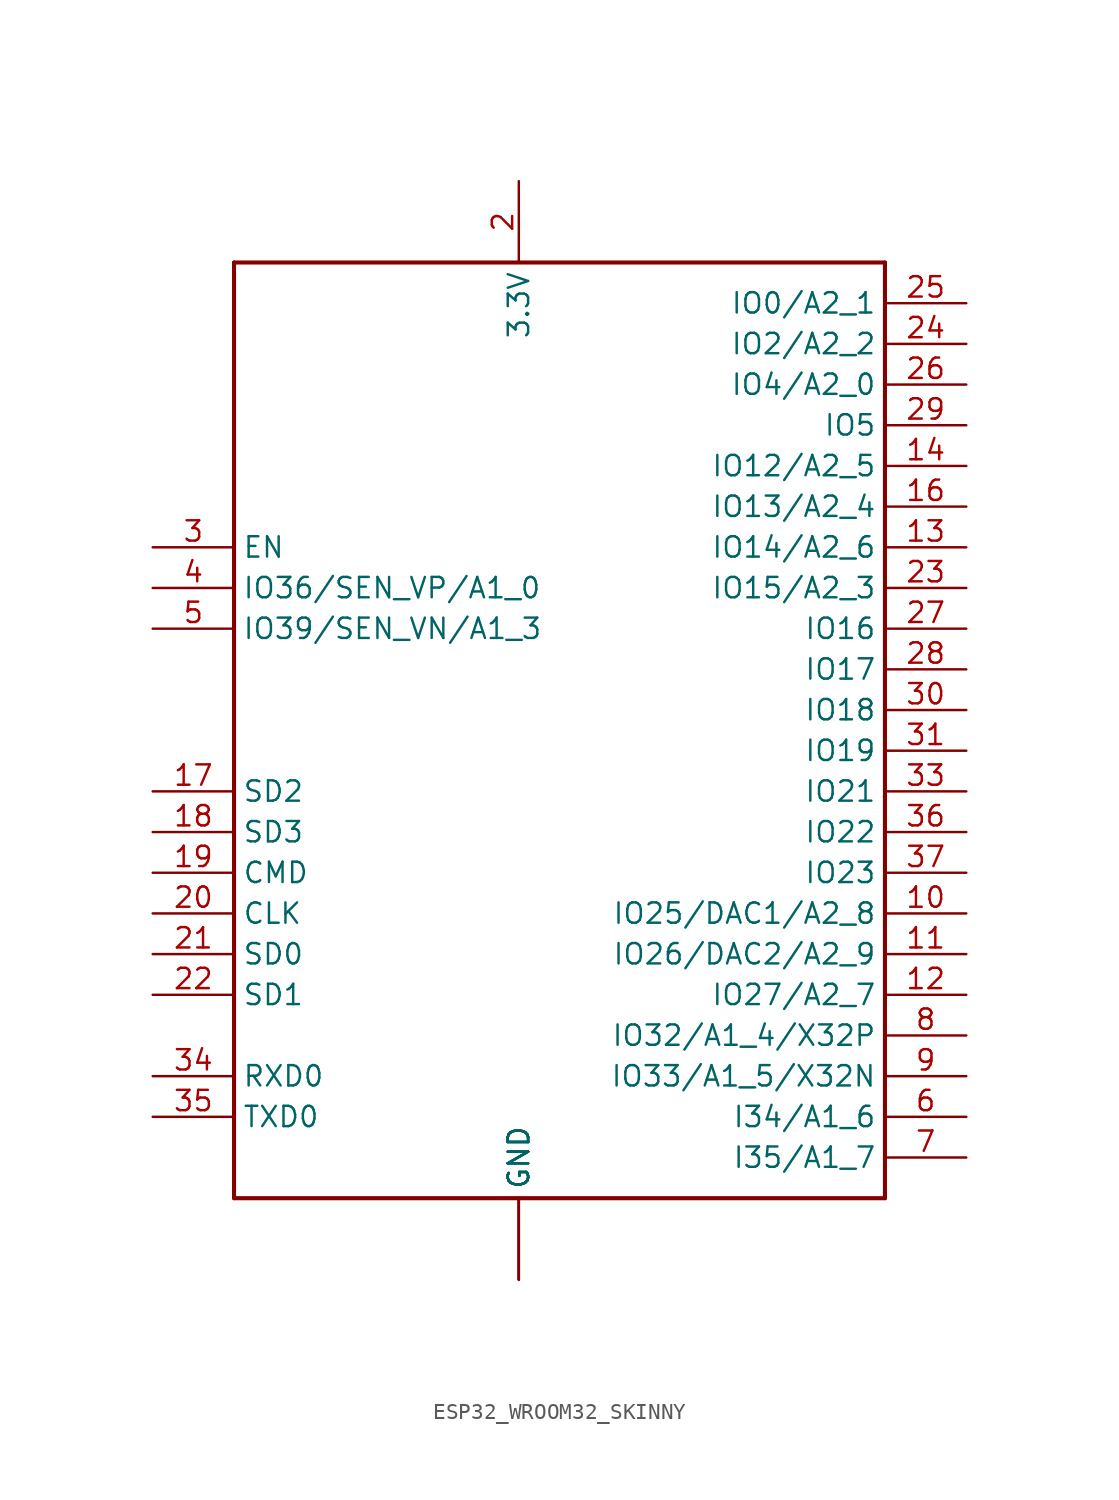
<source format=kicad_sym>
(kicad_symbol_lib
  (version 20211014)
  (generator kicad_symbol_editor)
  (symbol "ESP32_WROOM32_SKINNY"
    (property "Reference" "X"
      (at 0 0 0)
      (effects (font (size 1.27 1.27)) hide))
    (property "ki_locked" ""
      (at 0 0 0)
      (effects (font (size 1.27 1.27))))
    (symbol "ESP32_WROOM32_SKINNY_1_0"
      (polyline (pts (xy -17.78 -22.86) (xy -17.78 35.56)) (stroke (width 0.254) (type default) (color 0 0 0 0)) (fill (type none)))
      (polyline (pts (xy -17.78 35.56) (xy 22.86 35.56)) (stroke (width 0.254) (type default) (color 0 0 0 0)) (fill (type none)))
      (polyline (pts (xy 22.86 -22.86) (xy -17.78 -22.86)) (stroke (width 0.254) (type default) (color 0 0 0 0)) (fill (type none)))
      (polyline (pts (xy 22.86 35.56) (xy 22.86 -22.86)) (stroke (width 0.254) (type default) (color 0 0 0 0)) (fill (type none)))
      (pin passive line (at 0 -27.94 90) (length 5.08) (name "GND" (effects (font (size 1.27 1.27)))) (number "1" (effects (font (size 0 0)))))
      (pin bidirectional line (at 27.94 -5.08 180) (length 5.08) (name "IO25/DAC1/A2_8" (effects (font (size 1.27 1.27)))) (number "10" (effects (font (size 1.27 1.27)))))
      (pin bidirectional line (at 27.94 -7.62 180) (length 5.08) (name "IO26/DAC2/A2_9" (effects (font (size 1.27 1.27)))) (number "11" (effects (font (size 1.27 1.27)))))
      (pin bidirectional line (at 27.94 -10.16 180) (length 5.08) (name "IO27/A2_7" (effects (font (size 1.27 1.27)))) (number "12" (effects (font (size 1.27 1.27)))))
      (pin bidirectional line (at 27.94 17.78 180) (length 5.08) (name "IO14/A2_6" (effects (font (size 1.27 1.27)))) (number "13" (effects (font (size 1.27 1.27)))))
      (pin bidirectional line (at 27.94 22.86 180) (length 5.08) (name "IO12/A2_5" (effects (font (size 1.27 1.27)))) (number "14" (effects (font (size 1.27 1.27)))))
      (pin passive line (at 0 -27.94 90) (length 5.08) (name "GND" (effects (font (size 1.27 1.27)))) (number "15" (effects (font (size 0 0)))))
      (pin bidirectional line (at 27.94 20.32 180) (length 5.08) (name "IO13/A2_4" (effects (font (size 1.27 1.27)))) (number "16" (effects (font (size 1.27 1.27)))))
      (pin bidirectional line (at -22.86 2.54 0) (length 5.08) (name "SD2" (effects (font (size 1.27 1.27)))) (number "17" (effects (font (size 1.27 1.27)))))
      (pin bidirectional line (at -22.86 0 0) (length 5.08) (name "SD3" (effects (font (size 1.27 1.27)))) (number "18" (effects (font (size 1.27 1.27)))))
      (pin bidirectional line (at -22.86 -2.54 0) (length 5.08) (name "CMD" (effects (font (size 1.27 1.27)))) (number "19" (effects (font (size 1.27 1.27)))))
      (pin passive line (at 0 40.64 270) (length 5.08) (name "3.3V" (effects (font (size 1.27 1.27)))) (number "2" (effects (font (size 1.27 1.27)))))
      (pin bidirectional line (at -22.86 -5.08 0) (length 5.08) (name "CLK" (effects (font (size 1.27 1.27)))) (number "20" (effects (font (size 1.27 1.27)))))
      (pin bidirectional line (at -22.86 -7.62 0) (length 5.08) (name "SD0" (effects (font (size 1.27 1.27)))) (number "21" (effects (font (size 1.27 1.27)))))
      (pin bidirectional line (at -22.86 -10.16 0) (length 5.08) (name "SD1" (effects (font (size 1.27 1.27)))) (number "22" (effects (font (size 1.27 1.27)))))
      (pin bidirectional line (at 27.94 15.24 180) (length 5.08) (name "IO15/A2_3" (effects (font (size 1.27 1.27)))) (number "23" (effects (font (size 1.27 1.27)))))
      (pin bidirectional line (at 27.94 30.48 180) (length 5.08) (name "IO2/A2_2" (effects (font (size 1.27 1.27)))) (number "24" (effects (font (size 1.27 1.27)))))
      (pin bidirectional line (at 27.94 33.02 180) (length 5.08) (name "IO0/A2_1" (effects (font (size 1.27 1.27)))) (number "25" (effects (font (size 1.27 1.27)))))
      (pin bidirectional line (at 27.94 27.94 180) (length 5.08) (name "IO4/A2_0" (effects (font (size 1.27 1.27)))) (number "26" (effects (font (size 1.27 1.27)))))
      (pin bidirectional line (at 27.94 12.7 180) (length 5.08) (name "IO16" (effects (font (size 1.27 1.27)))) (number "27" (effects (font (size 1.27 1.27)))))
      (pin bidirectional line (at 27.94 10.16 180) (length 5.08) (name "IO17" (effects (font (size 1.27 1.27)))) (number "28" (effects (font (size 1.27 1.27)))))
      (pin bidirectional line (at 27.94 25.4 180) (length 5.08) (name "IO5" (effects (font (size 1.27 1.27)))) (number "29" (effects (font (size 1.27 1.27)))))
      (pin input line (at -22.86 17.78 0) (length 5.08) (name "EN" (effects (font (size 1.27 1.27)))) (number "3" (effects (font (size 1.27 1.27)))))
      (pin bidirectional line (at 27.94 7.62 180) (length 5.08) (name "IO18" (effects (font (size 1.27 1.27)))) (number "30" (effects (font (size 1.27 1.27)))))
      (pin bidirectional line (at 27.94 5.08 180) (length 5.08) (name "IO19" (effects (font (size 1.27 1.27)))) (number "31" (effects (font (size 1.27 1.27)))))
      (pin bidirectional line (at 27.94 2.54 180) (length 5.08) (name "IO21" (effects (font (size 1.27 1.27)))) (number "33" (effects (font (size 1.27 1.27)))))
      (pin input line (at -22.86 -15.24 0) (length 5.08) (name "RXD0" (effects (font (size 1.27 1.27)))) (number "34" (effects (font (size 1.27 1.27)))))
      (pin output line (at -22.86 -17.78 0) (length 5.08) (name "TXD0" (effects (font (size 1.27 1.27)))) (number "35" (effects (font (size 1.27 1.27)))))
      (pin bidirectional line (at 27.94 0 180) (length 5.08) (name "IO22" (effects (font (size 1.27 1.27)))) (number "36" (effects (font (size 1.27 1.27)))))
      (pin bidirectional line (at 27.94 -2.54 180) (length 5.08) (name "IO23" (effects (font (size 1.27 1.27)))) (number "37" (effects (font (size 1.27 1.27)))))
      (pin passive line (at 0 -27.94 90) (length 5.08) (name "GND" (effects (font (size 1.27 1.27)))) (number "38" (effects (font (size 0 0)))))
      (pin passive line (at -22.86 15.24 0) (length 5.08) (name "IO36/SEN_VP/A1_0" (effects (font (size 1.27 1.27)))) (number "4" (effects (font (size 1.27 1.27)))))
      (pin passive line (at -22.86 12.7 0) (length 5.08) (name "IO39/SEN_VN/A1_3" (effects (font (size 1.27 1.27)))) (number "5" (effects (font (size 1.27 1.27)))))
      (pin bidirectional line (at 27.94 -17.78 180) (length 5.08) (name "I34/A1_6" (effects (font (size 1.27 1.27)))) (number "6" (effects (font (size 1.27 1.27)))))
      (pin bidirectional line (at 27.94 -20.32 180) (length 5.08) (name "I35/A1_7" (effects (font (size 1.27 1.27)))) (number "7" (effects (font (size 1.27 1.27)))))
      (pin bidirectional line (at 27.94 -12.7 180) (length 5.08) (name "IO32/A1_4/X32P" (effects (font (size 1.27 1.27)))) (number "8" (effects (font (size 1.27 1.27)))))
      (pin bidirectional line (at 27.94 -15.24 180) (length 5.08) (name "IO33/A1_5/X32N" (effects (font (size 1.27 1.27)))) (number "9" (effects (font (size 1.27 1.27)))))
      (pin passive line (at 0 -27.94 90) (length 5.08) (name "GND" (effects (font (size 1.27 1.27)))) (number "P$1" (effects (font (size 0 0))))))))
</source>
